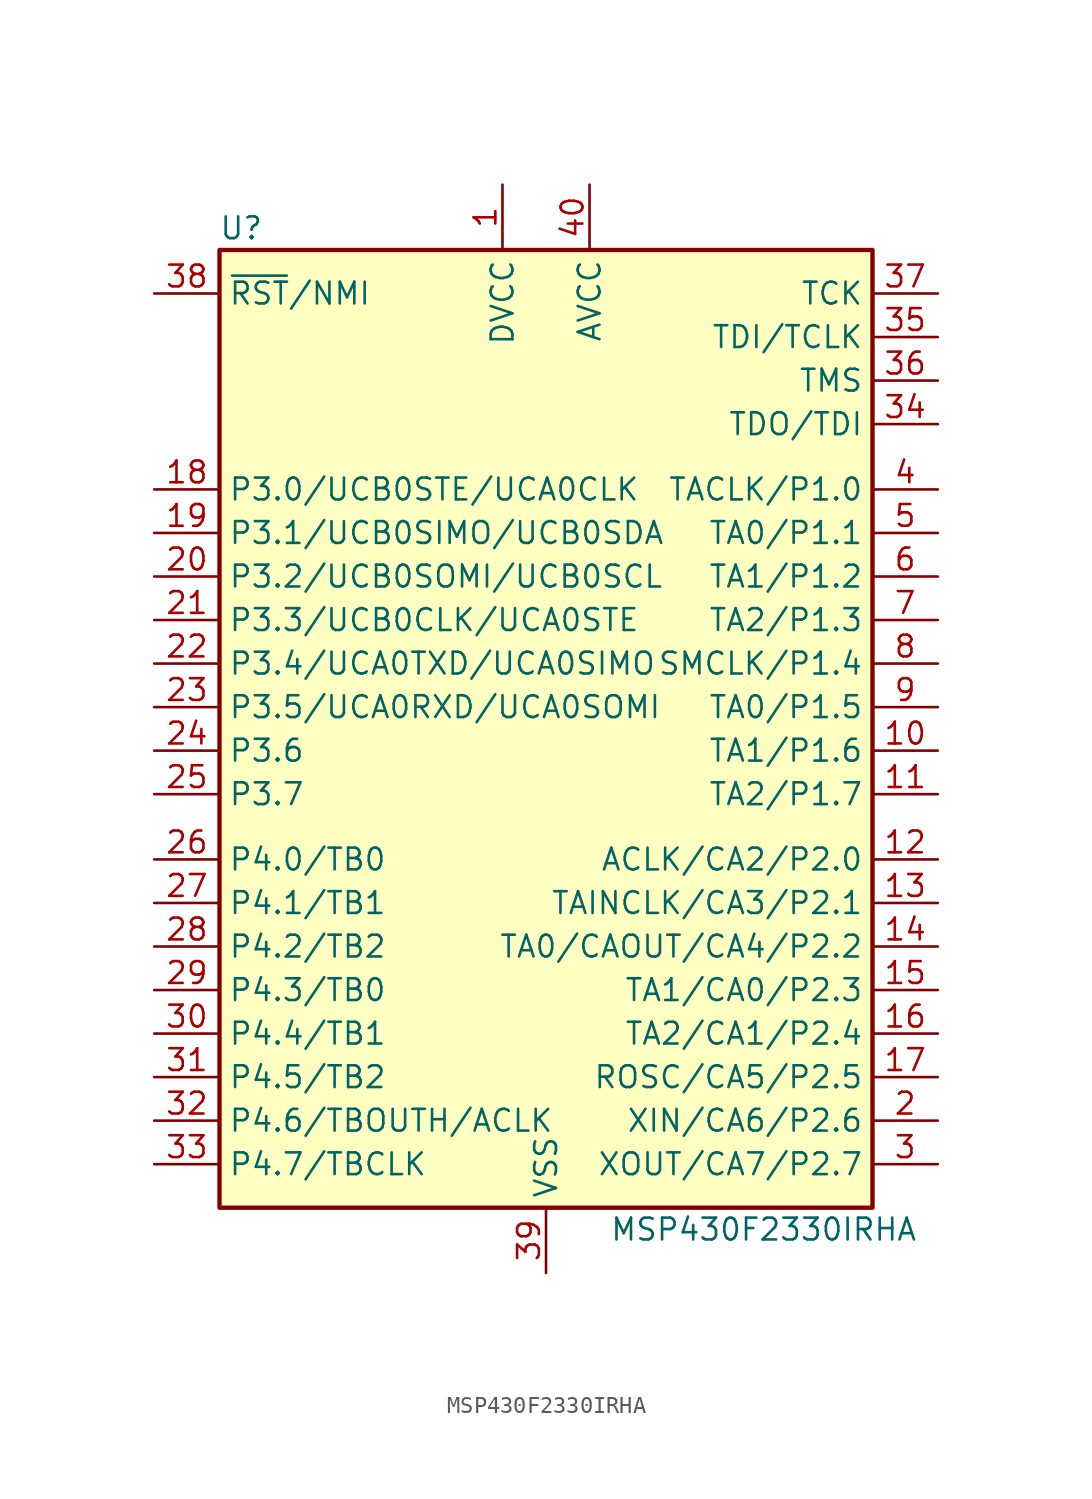
<source format=kicad_sym>
(kicad_symbol_lib
  (version 20201005)
  (generator kicad_symbol_editor)
  (symbol "MSP430F2330IRHA"
    (property "Reference" "U"
      (at -17.78 29.21 0)
      (effects (font (size 1.27 1.27))))
    (property "Value" "MSP430F2330IRHA"
      (at 12.7 -29.21 0)
      (effects (font (size 1.27 1.27))))
    (symbol "MSP430F2330IRHA_0_1"
      (rectangle (start -19.05 27.94) (end 19.05 -27.94) (stroke (width 0.254)) (fill (type background))))
    (symbol "MSP430F2330IRHA_1_1"
      (pin power_in line (at -2.54 31.75 270) (length 3.81) (name "DVCC" (effects (font (size 1.27 1.27)))) (number "1" (effects (font (size 1.27 1.27)))))
      (pin bidirectional line (at 22.86 -1.27 180) (length 3.81) (name "TA1/P1.6" (effects (font (size 1.27 1.27)))) (number "10" (effects (font (size 1.27 1.27)))))
      (pin bidirectional line (at 22.86 -3.81 180) (length 3.81) (name "TA2/P1.7" (effects (font (size 1.27 1.27)))) (number "11" (effects (font (size 1.27 1.27)))))
      (pin bidirectional line (at 22.86 -7.62 180) (length 3.81) (name "ACLK/CA2/P2.0" (effects (font (size 1.27 1.27)))) (number "12" (effects (font (size 1.27 1.27)))))
      (pin bidirectional line (at 22.86 -10.16 180) (length 3.81) (name "TAINCLK/CA3/P2.1" (effects (font (size 1.27 1.27)))) (number "13" (effects (font (size 1.27 1.27)))))
      (pin bidirectional line (at 22.86 -12.7 180) (length 3.81) (name "TA0/CAOUT/CA4/P2.2" (effects (font (size 1.27 1.27)))) (number "14" (effects (font (size 1.27 1.27)))))
      (pin bidirectional line (at 22.86 -15.24 180) (length 3.81) (name "TA1/CA0/P2.3" (effects (font (size 1.27 1.27)))) (number "15" (effects (font (size 1.27 1.27)))))
      (pin bidirectional line (at 22.86 -17.78 180) (length 3.81) (name "TA2/CA1/P2.4" (effects (font (size 1.27 1.27)))) (number "16" (effects (font (size 1.27 1.27)))))
      (pin bidirectional line (at 22.86 -20.32 180) (length 3.81) (name "ROSC/CA5/P2.5" (effects (font (size 1.27 1.27)))) (number "17" (effects (font (size 1.27 1.27)))))
      (pin bidirectional line (at -22.86 13.97 0) (length 3.81) (name "P3.0/UCB0STE/UCA0CLK" (effects (font (size 1.27 1.27)))) (number "18" (effects (font (size 1.27 1.27)))))
      (pin bidirectional line (at -22.86 11.43 0) (length 3.81) (name "P3.1/UCB0SIMO/UCB0SDA" (effects (font (size 1.27 1.27)))) (number "19" (effects (font (size 1.27 1.27)))))
      (pin bidirectional line (at 22.86 -22.86 180) (length 3.81) (name "XIN/CA6/P2.6" (effects (font (size 1.27 1.27)))) (number "2" (effects (font (size 1.27 1.27)))))
      (pin bidirectional line (at -22.86 8.89 0) (length 3.81) (name "P3.2/UCB0SOMI/UCB0SCL" (effects (font (size 1.27 1.27)))) (number "20" (effects (font (size 1.27 1.27)))))
      (pin bidirectional line (at -22.86 6.35 0) (length 3.81) (name "P3.3/UCB0CLK/UCA0STE" (effects (font (size 1.27 1.27)))) (number "21" (effects (font (size 1.27 1.27)))))
      (pin bidirectional line (at -22.86 3.81 0) (length 3.81) (name "P3.4/UCA0TXD/UCA0SIMO" (effects (font (size 1.27 1.27)))) (number "22" (effects (font (size 1.27 1.27)))))
      (pin bidirectional line (at -22.86 1.27 0) (length 3.81) (name "P3.5/UCA0RXD/UCA0SOMI" (effects (font (size 1.27 1.27)))) (number "23" (effects (font (size 1.27 1.27)))))
      (pin bidirectional line (at -22.86 -1.27 0) (length 3.81) (name "P3.6" (effects (font (size 1.27 1.27)))) (number "24" (effects (font (size 1.27 1.27)))))
      (pin bidirectional line (at -22.86 -3.81 0) (length 3.81) (name "P3.7" (effects (font (size 1.27 1.27)))) (number "25" (effects (font (size 1.27 1.27)))))
      (pin bidirectional line (at -22.86 -7.62 0) (length 3.81) (name "P4.0/TB0" (effects (font (size 1.27 1.27)))) (number "26" (effects (font (size 1.27 1.27)))))
      (pin bidirectional line (at -22.86 -10.16 0) (length 3.81) (name "P4.1/TB1" (effects (font (size 1.27 1.27)))) (number "27" (effects (font (size 1.27 1.27)))))
      (pin bidirectional line (at -22.86 -12.7 0) (length 3.81) (name "P4.2/TB2" (effects (font (size 1.27 1.27)))) (number "28" (effects (font (size 1.27 1.27)))))
      (pin bidirectional line (at -22.86 -15.24 0) (length 3.81) (name "P4.3/TB0" (effects (font (size 1.27 1.27)))) (number "29" (effects (font (size 1.27 1.27)))))
      (pin bidirectional line (at 22.86 -25.4 180) (length 3.81) (name "XOUT/CA7/P2.7" (effects (font (size 1.27 1.27)))) (number "3" (effects (font (size 1.27 1.27)))))
      (pin bidirectional line (at -22.86 -17.78 0) (length 3.81) (name "P4.4/TB1" (effects (font (size 1.27 1.27)))) (number "30" (effects (font (size 1.27 1.27)))))
      (pin bidirectional line (at -22.86 -20.32 0) (length 3.81) (name "P4.5/TB2" (effects (font (size 1.27 1.27)))) (number "31" (effects (font (size 1.27 1.27)))))
      (pin bidirectional line (at -22.86 -22.86 0) (length 3.81) (name "P4.6/TBOUTH/ACLK" (effects (font (size 1.27 1.27)))) (number "32" (effects (font (size 1.27 1.27)))))
      (pin bidirectional line (at -22.86 -25.4 0) (length 3.81) (name "P4.7/TBCLK" (effects (font (size 1.27 1.27)))) (number "33" (effects (font (size 1.27 1.27)))))
      (pin bidirectional line (at 22.86 17.78 180) (length 3.81) (name "TDO/TDI" (effects (font (size 1.27 1.27)))) (number "34" (effects (font (size 1.27 1.27)))))
      (pin input line (at 22.86 22.86 180) (length 3.81) (name "TDI/TCLK" (effects (font (size 1.27 1.27)))) (number "35" (effects (font (size 1.27 1.27)))))
      (pin input line (at 22.86 20.32 180) (length 3.81) (name "TMS" (effects (font (size 1.27 1.27)))) (number "36" (effects (font (size 1.27 1.27)))))
      (pin input line (at 22.86 25.4 180) (length 3.81) (name "TCK" (effects (font (size 1.27 1.27)))) (number "37" (effects (font (size 1.27 1.27)))))
      (pin input line (at -22.86 25.4 0) (length 3.81) (name "~RST~/NMI" (effects (font (size 1.27 1.27)))) (number "38" (effects (font (size 1.27 1.27)))))
      (pin power_in line (at 0 -31.75 90) (length 3.81) (name "VSS" (effects (font (size 1.27 1.27)))) (number "39" (effects (font (size 1.27 1.27)))))
      (pin bidirectional line (at 22.86 13.97 180) (length 3.81) (name "TACLK/P1.0" (effects (font (size 1.27 1.27)))) (number "4" (effects (font (size 1.27 1.27)))))
      (pin power_in line (at 2.54 31.75 270) (length 3.81) (name "AVCC" (effects (font (size 1.27 1.27)))) (number "40" (effects (font (size 1.27 1.27)))))
      (pin bidirectional line (at 22.86 11.43 180) (length 3.81) (name "TA0/P1.1" (effects (font (size 1.27 1.27)))) (number "5" (effects (font (size 1.27 1.27)))))
      (pin bidirectional line (at 22.86 8.89 180) (length 3.81) (name "TA1/P1.2" (effects (font (size 1.27 1.27)))) (number "6" (effects (font (size 1.27 1.27)))))
      (pin bidirectional line (at 22.86 6.35 180) (length 3.81) (name "TA2/P1.3" (effects (font (size 1.27 1.27)))) (number "7" (effects (font (size 1.27 1.27)))))
      (pin bidirectional line (at 22.86 3.81 180) (length 3.81) (name "SMCLK/P1.4" (effects (font (size 1.27 1.27)))) (number "8" (effects (font (size 1.27 1.27)))))
      (pin bidirectional line (at 22.86 1.27 180) (length 3.81) (name "TA0/P1.5" (effects (font (size 1.27 1.27)))) (number "9" (effects (font (size 1.27 1.27))))))))
</source>
